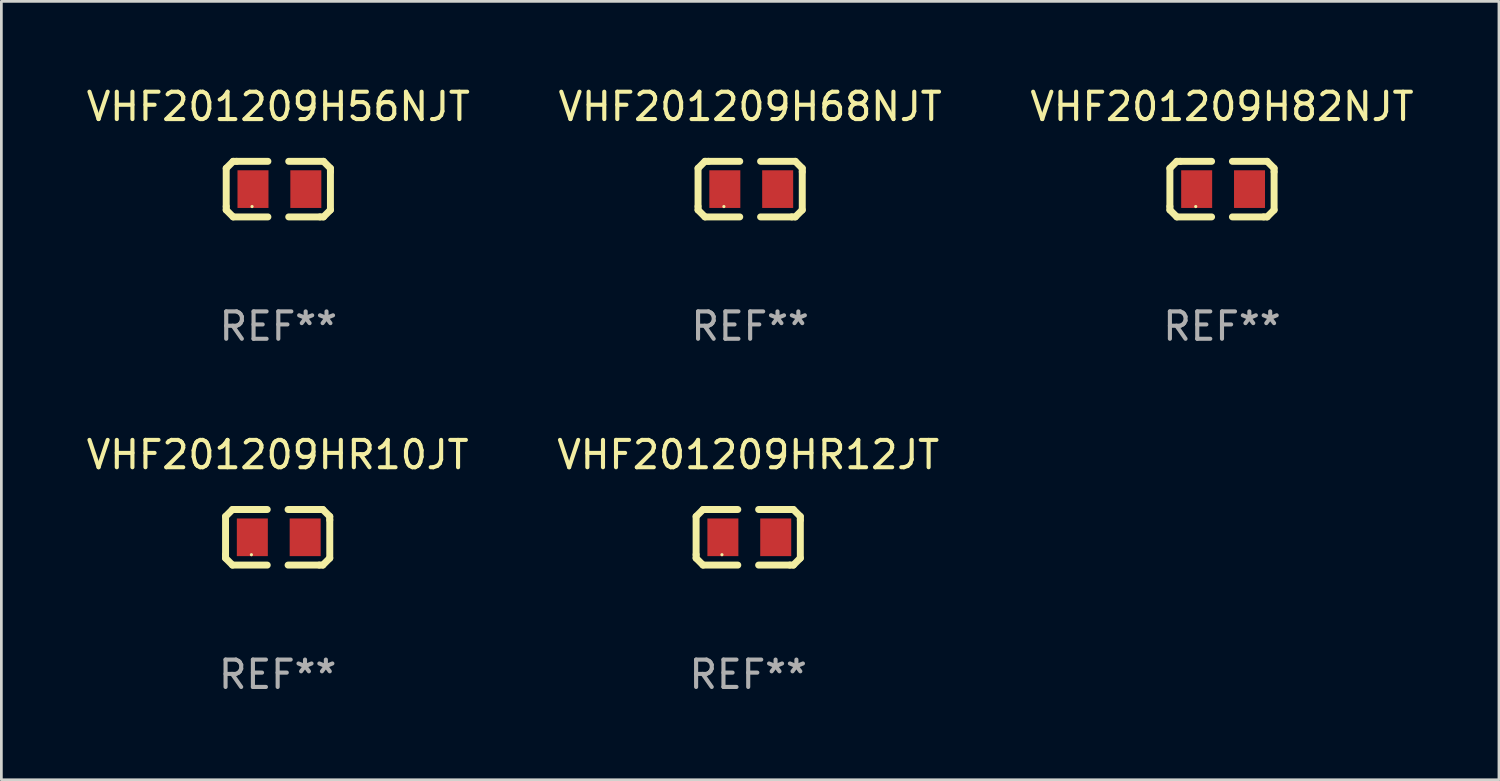
<source format=kicad_pcb>
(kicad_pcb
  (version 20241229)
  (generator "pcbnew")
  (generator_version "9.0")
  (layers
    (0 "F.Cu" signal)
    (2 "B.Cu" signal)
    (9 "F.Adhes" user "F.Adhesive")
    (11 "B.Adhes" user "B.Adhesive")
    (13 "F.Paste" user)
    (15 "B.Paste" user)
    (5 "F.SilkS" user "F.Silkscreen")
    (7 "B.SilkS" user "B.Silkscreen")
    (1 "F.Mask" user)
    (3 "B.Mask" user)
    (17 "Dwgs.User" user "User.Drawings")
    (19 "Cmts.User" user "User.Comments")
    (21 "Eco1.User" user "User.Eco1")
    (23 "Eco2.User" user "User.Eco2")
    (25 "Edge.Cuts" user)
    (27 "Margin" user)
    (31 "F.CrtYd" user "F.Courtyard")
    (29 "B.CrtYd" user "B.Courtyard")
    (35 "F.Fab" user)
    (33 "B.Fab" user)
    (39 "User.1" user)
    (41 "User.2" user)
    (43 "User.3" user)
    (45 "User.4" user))
  (footprint "VHF201209HR10JT"
    (layer "F.Cu")
    (at 7.101 16.593)
    (property "Reference" "VHF201209HR10JT" (at 0 -3.016 0) (layer "F.SilkS") (effects (font (size 1 1) (thickness 0.15))))
    (attr through_hole)
    (fp_line (start -1.905 -0.762) (end -1.905 0.635) (stroke (width 0.254) (type solid)) (layer "F.SilkS"))
    (fp_line (start -1.905 0.635) (end -1.905 0.762) (stroke (width 0.254) (type solid)) (layer "F.SilkS"))
    (fp_line (start -1.905 0.762) (end -1.651 1.016) (stroke (width 0.254) (type solid)) (layer "F.SilkS"))
    (fp_line (start -1.651 -1.016) (end -1.905 -0.762) (stroke (width 0.254) (type solid)) (layer "F.SilkS"))
    (fp_line (start -1.651 1.016) (end -0.381 1.016) (stroke (width 0.254) (type solid)) (layer "F.SilkS"))
    (fp_line (start -1.524 -1.016) (end -1.651 -1.016) (stroke (width 0.254) (type solid)) (layer "F.SilkS"))
    (fp_line (start -0.381 -1.016) (end -1.524 -1.016) (stroke (width 0.254) (type solid)) (layer "F.SilkS"))
    (fp_line (start 0.381 1.016) (end 1.524 1.016) (stroke (width 0.254) (type solid)) (layer "F.SilkS"))
    (fp_line (start 1.524 1.016) (end 1.651 1.016) (stroke (width 0.254) (type solid)) (layer "F.SilkS"))
    (fp_line (start 1.651 -1.016) (end 0.381 -1.016) (stroke (width 0.254) (type solid)) (layer "F.SilkS"))
    (fp_line (start 1.651 1.016) (end 1.905 0.762) (stroke (width 0.254) (type solid)) (layer "F.SilkS"))
    (fp_line (start 1.905 -0.762) (end 1.651 -1.016) (stroke (width 0.254) (type solid)) (layer "F.SilkS"))
    (fp_line (start 1.905 -0.635) (end 1.905 -0.762) (stroke (width 0.254) (type solid)) (layer "F.SilkS"))
    (fp_line (start 1.905 0.762) (end 1.905 -0.635) (stroke (width 0.254) (type solid)) (layer "F.SilkS"))
    (fp_circle (center -0.96 0.637) (end -0.93 0.637) (stroke (width 0.06) (type solid)) (fill no) (layer "F.SilkS"))
    (fp_text user "REF**" (at 0 5.016 0) (layer "F.Fab") (effects (font (size 1 1) (thickness 0.15))))
    (pad "1" smd rect (at -0.926 -0.000051) (size 1.133 1.377) (layers "F.Cu" "F.Mask" "F.Paste"))
    (pad "2" smd rect (at 1.006 -0.000051) (size 1.133 1.377) (layers "F.Cu" "F.Mask" "F.Paste")))
  (footprint "VHF201209H68NJT"
    (layer "F.Cu")
    (at 24.375 3.864)
    (property "Reference" "VHF201209H68NJT" (at 0 -3.016 0) (layer "F.SilkS") (effects (font (size 1 1) (thickness 0.15))))
    (attr through_hole)
    (fp_line (start -1.905 -0.762) (end -1.905 0.635) (stroke (width 0.254) (type solid)) (layer "F.SilkS"))
    (fp_line (start -1.905 0.635) (end -1.905 0.762) (stroke (width 0.254) (type solid)) (layer "F.SilkS"))
    (fp_line (start -1.905 0.762) (end -1.651 1.016) (stroke (width 0.254) (type solid)) (layer "F.SilkS"))
    (fp_line (start -1.651 -1.016) (end -1.905 -0.762) (stroke (width 0.254) (type solid)) (layer "F.SilkS"))
    (fp_line (start -1.651 1.016) (end -0.381 1.016) (stroke (width 0.254) (type solid)) (layer "F.SilkS"))
    (fp_line (start -1.524 -1.016) (end -1.651 -1.016) (stroke (width 0.254) (type solid)) (layer "F.SilkS"))
    (fp_line (start -0.381 -1.016) (end -1.524 -1.016) (stroke (width 0.254) (type solid)) (layer "F.SilkS"))
    (fp_line (start 0.381 1.016) (end 1.524 1.016) (stroke (width 0.254) (type solid)) (layer "F.SilkS"))
    (fp_line (start 1.524 1.016) (end 1.651 1.016) (stroke (width 0.254) (type solid)) (layer "F.SilkS"))
    (fp_line (start 1.651 -1.016) (end 0.381 -1.016) (stroke (width 0.254) (type solid)) (layer "F.SilkS"))
    (fp_line (start 1.651 1.016) (end 1.905 0.762) (stroke (width 0.254) (type solid)) (layer "F.SilkS"))
    (fp_line (start 1.905 -0.762) (end 1.651 -1.016) (stroke (width 0.254) (type solid)) (layer "F.SilkS"))
    (fp_line (start 1.905 -0.635) (end 1.905 -0.762) (stroke (width 0.254) (type solid)) (layer "F.SilkS"))
    (fp_line (start 1.905 0.762) (end 1.905 -0.635) (stroke (width 0.254) (type solid)) (layer "F.SilkS"))
    (fp_circle (center -0.96 0.637) (end -0.93 0.637) (stroke (width 0.06) (type solid)) (fill no) (layer "F.SilkS"))
    (fp_text user "REF**" (at 0 5.016 0) (layer "F.Fab") (effects (font (size 1 1) (thickness 0.15))))
    (pad "1" smd rect (at -0.926 -0.000051) (size 1.133 1.377) (layers "F.Cu" "F.Mask" "F.Paste"))
    (pad "2" smd rect (at 1.006 -0.000051) (size 1.133 1.377) (layers "F.Cu" "F.Mask" "F.Paste")))
  (footprint "VHF201209H82NJT"
    (layer "F.Cu")
    (at 41.625 3.864)
    (property "Reference" "VHF201209H82NJT" (at 0 -3.016 0) (layer "F.SilkS") (effects (font (size 1 1) (thickness 0.15))))
    (attr through_hole)
    (fp_line (start -1.905 -0.762) (end -1.905 0.635) (stroke (width 0.254) (type solid)) (layer "F.SilkS"))
    (fp_line (start -1.905 0.635) (end -1.905 0.762) (stroke (width 0.254) (type solid)) (layer "F.SilkS"))
    (fp_line (start -1.905 0.762) (end -1.651 1.016) (stroke (width 0.254) (type solid)) (layer "F.SilkS"))
    (fp_line (start -1.651 -1.016) (end -1.905 -0.762) (stroke (width 0.254) (type solid)) (layer "F.SilkS"))
    (fp_line (start -1.651 1.016) (end -0.381 1.016) (stroke (width 0.254) (type solid)) (layer "F.SilkS"))
    (fp_line (start -1.524 -1.016) (end -1.651 -1.016) (stroke (width 0.254) (type solid)) (layer "F.SilkS"))
    (fp_line (start -0.381 -1.016) (end -1.524 -1.016) (stroke (width 0.254) (type solid)) (layer "F.SilkS"))
    (fp_line (start 0.381 1.016) (end 1.524 1.016) (stroke (width 0.254) (type solid)) (layer "F.SilkS"))
    (fp_line (start 1.524 1.016) (end 1.651 1.016) (stroke (width 0.254) (type solid)) (layer "F.SilkS"))
    (fp_line (start 1.651 -1.016) (end 0.381 -1.016) (stroke (width 0.254) (type solid)) (layer "F.SilkS"))
    (fp_line (start 1.651 1.016) (end 1.905 0.762) (stroke (width 0.254) (type solid)) (layer "F.SilkS"))
    (fp_line (start 1.905 -0.762) (end 1.651 -1.016) (stroke (width 0.254) (type solid)) (layer "F.SilkS"))
    (fp_line (start 1.905 -0.635) (end 1.905 -0.762) (stroke (width 0.254) (type solid)) (layer "F.SilkS"))
    (fp_line (start 1.905 0.762) (end 1.905 -0.635) (stroke (width 0.254) (type solid)) (layer "F.SilkS"))
    (fp_circle (center -0.96 0.637) (end -0.93 0.637) (stroke (width 0.06) (type solid)) (fill no) (layer "F.SilkS"))
    (fp_text user "REF**" (at 0 5.016 0) (layer "F.Fab") (effects (font (size 1 1) (thickness 0.15))))
    (pad "1" smd rect (at -0.926 -0.000051) (size 1.133 1.377) (layers "F.Cu" "F.Mask" "F.Paste"))
    (pad "2" smd rect (at 1.006 -0.000051) (size 1.133 1.377) (layers "F.Cu" "F.Mask" "F.Paste")))
  (footprint "VHF201209HR12JT"
    (layer "F.Cu")
    (at 24.304 16.593)
    (property "Reference" "VHF201209HR12JT" (at 0 -3.016 0) (layer "F.SilkS") (effects (font (size 1 1) (thickness 0.15))))
    (attr through_hole)
    (fp_line (start -1.905 -0.762) (end -1.905 0.635) (stroke (width 0.254) (type solid)) (layer "F.SilkS"))
    (fp_line (start -1.905 0.635) (end -1.905 0.762) (stroke (width 0.254) (type solid)) (layer "F.SilkS"))
    (fp_line (start -1.905 0.762) (end -1.651 1.016) (stroke (width 0.254) (type solid)) (layer "F.SilkS"))
    (fp_line (start -1.651 -1.016) (end -1.905 -0.762) (stroke (width 0.254) (type solid)) (layer "F.SilkS"))
    (fp_line (start -1.651 1.016) (end -0.381 1.016) (stroke (width 0.254) (type solid)) (layer "F.SilkS"))
    (fp_line (start -1.524 -1.016) (end -1.651 -1.016) (stroke (width 0.254) (type solid)) (layer "F.SilkS"))
    (fp_line (start -0.381 -1.016) (end -1.524 -1.016) (stroke (width 0.254) (type solid)) (layer "F.SilkS"))
    (fp_line (start 0.381 1.016) (end 1.524 1.016) (stroke (width 0.254) (type solid)) (layer "F.SilkS"))
    (fp_line (start 1.524 1.016) (end 1.651 1.016) (stroke (width 0.254) (type solid)) (layer "F.SilkS"))
    (fp_line (start 1.651 -1.016) (end 0.381 -1.016) (stroke (width 0.254) (type solid)) (layer "F.SilkS"))
    (fp_line (start 1.651 1.016) (end 1.905 0.762) (stroke (width 0.254) (type solid)) (layer "F.SilkS"))
    (fp_line (start 1.905 -0.762) (end 1.651 -1.016) (stroke (width 0.254) (type solid)) (layer "F.SilkS"))
    (fp_line (start 1.905 -0.635) (end 1.905 -0.762) (stroke (width 0.254) (type solid)) (layer "F.SilkS"))
    (fp_line (start 1.905 0.762) (end 1.905 -0.635) (stroke (width 0.254) (type solid)) (layer "F.SilkS"))
    (fp_circle (center -0.96 0.637) (end -0.93 0.637) (stroke (width 0.06) (type solid)) (fill no) (layer "F.SilkS"))
    (fp_text user "REF**" (at 0 5.016 0) (layer "F.Fab") (effects (font (size 1 1) (thickness 0.15))))
    (pad "1" smd rect (at -0.926 -0.000051) (size 1.133 1.377) (layers "F.Cu" "F.Mask" "F.Paste"))
    (pad "2" smd rect (at 1.006 -0.000051) (size 1.133 1.377) (layers "F.Cu" "F.Mask" "F.Paste")))
  (footprint "VHF201209H56NJT"
    (layer "F.Cu")
    (at 7.125 3.864)
    (property "Reference" "VHF201209H56NJT" (at 0 -3.016 0) (layer "F.SilkS") (effects (font (size 1 1) (thickness 0.15))))
    (attr through_hole)
    (fp_line (start -1.905 -0.762) (end -1.905 0.635) (stroke (width 0.254) (type solid)) (layer "F.SilkS"))
    (fp_line (start -1.905 0.635) (end -1.905 0.762) (stroke (width 0.254) (type solid)) (layer "F.SilkS"))
    (fp_line (start -1.905 0.762) (end -1.651 1.016) (stroke (width 0.254) (type solid)) (layer "F.SilkS"))
    (fp_line (start -1.651 -1.016) (end -1.905 -0.762) (stroke (width 0.254) (type solid)) (layer "F.SilkS"))
    (fp_line (start -1.651 1.016) (end -0.381 1.016) (stroke (width 0.254) (type solid)) (layer "F.SilkS"))
    (fp_line (start -1.524 -1.016) (end -1.651 -1.016) (stroke (width 0.254) (type solid)) (layer "F.SilkS"))
    (fp_line (start -0.381 -1.016) (end -1.524 -1.016) (stroke (width 0.254) (type solid)) (layer "F.SilkS"))
    (fp_line (start 0.381 1.016) (end 1.524 1.016) (stroke (width 0.254) (type solid)) (layer "F.SilkS"))
    (fp_line (start 1.524 1.016) (end 1.651 1.016) (stroke (width 0.254) (type solid)) (layer "F.SilkS"))
    (fp_line (start 1.651 -1.016) (end 0.381 -1.016) (stroke (width 0.254) (type solid)) (layer "F.SilkS"))
    (fp_line (start 1.651 1.016) (end 1.905 0.762) (stroke (width 0.254) (type solid)) (layer "F.SilkS"))
    (fp_line (start 1.905 -0.762) (end 1.651 -1.016) (stroke (width 0.254) (type solid)) (layer "F.SilkS"))
    (fp_line (start 1.905 -0.635) (end 1.905 -0.762) (stroke (width 0.254) (type solid)) (layer "F.SilkS"))
    (fp_line (start 1.905 0.762) (end 1.905 -0.635) (stroke (width 0.254) (type solid)) (layer "F.SilkS"))
    (fp_circle (center -0.96 0.637) (end -0.93 0.637) (stroke (width 0.06) (type solid)) (fill no) (layer "F.SilkS"))
    (fp_text user "REF**" (at 0 5.016 0) (layer "F.Fab") (effects (font (size 1 1) (thickness 0.15))))
    (pad "1" smd rect (at -0.926 -0.000051) (size 1.133 1.377) (layers "F.Cu" "F.Mask" "F.Paste"))
    (pad "2" smd rect (at 1.006 -0.000051) (size 1.133 1.377) (layers "F.Cu" "F.Mask" "F.Paste")))
  (gr_rect
    (start -3 -3)
    (end 51.75 25.457)
    (stroke (width 0.1) (type default))
    (fill no)
    (layer "Edge.Cuts")))
</source>
